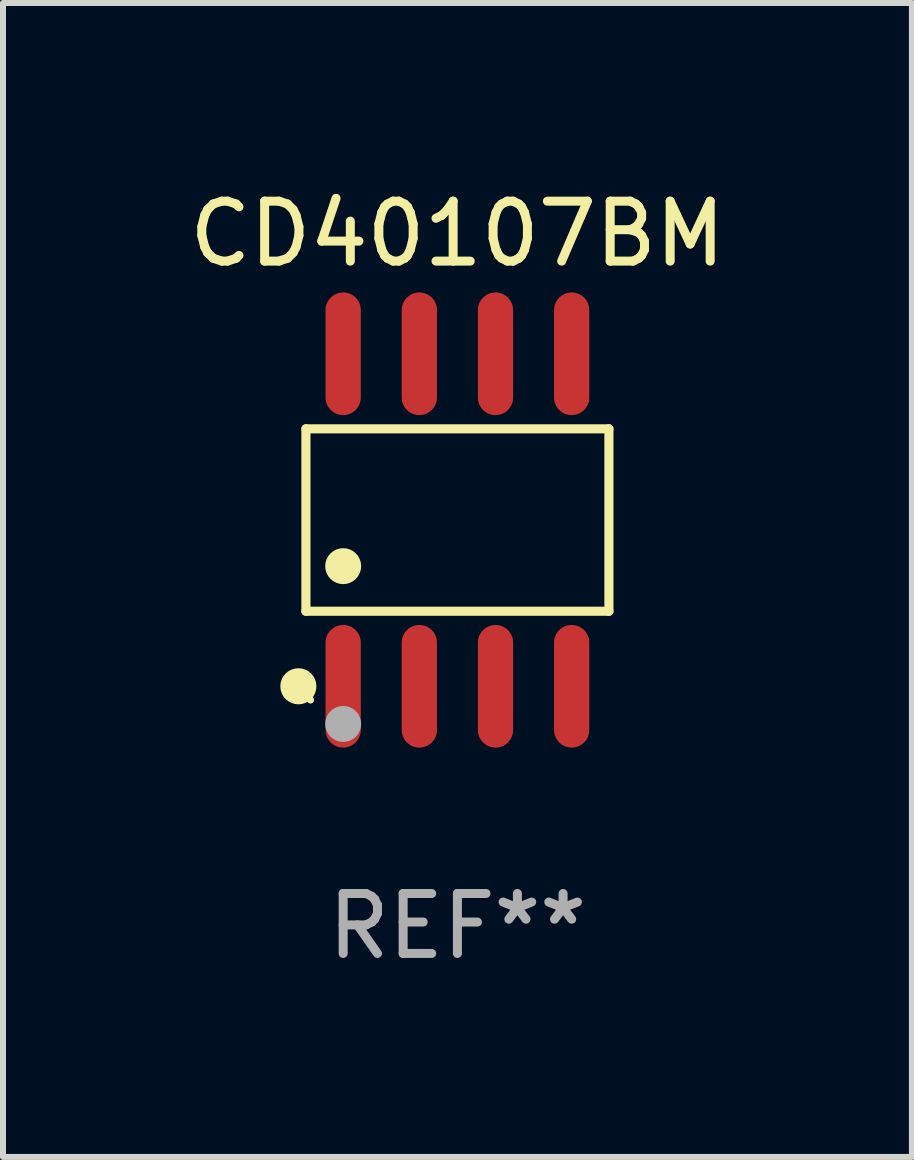
<source format=kicad_pcb>
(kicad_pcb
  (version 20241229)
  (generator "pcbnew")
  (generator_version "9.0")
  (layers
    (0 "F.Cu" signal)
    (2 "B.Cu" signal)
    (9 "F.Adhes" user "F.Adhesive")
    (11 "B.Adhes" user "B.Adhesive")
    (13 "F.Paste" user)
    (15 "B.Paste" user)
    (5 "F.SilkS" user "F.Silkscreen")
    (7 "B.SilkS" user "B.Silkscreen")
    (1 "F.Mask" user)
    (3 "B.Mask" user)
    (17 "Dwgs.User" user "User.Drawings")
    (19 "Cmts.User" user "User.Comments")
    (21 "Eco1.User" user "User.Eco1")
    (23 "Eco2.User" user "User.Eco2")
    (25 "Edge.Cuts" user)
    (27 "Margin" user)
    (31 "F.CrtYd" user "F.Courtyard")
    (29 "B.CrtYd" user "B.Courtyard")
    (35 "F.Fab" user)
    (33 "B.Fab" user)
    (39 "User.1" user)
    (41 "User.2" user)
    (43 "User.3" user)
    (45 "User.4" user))
  (footprint "CD40107BM"
    (layer "F.Cu")
    (at 4.577 5.621)
    (property "Reference" "CD40107BM" (at 0 -4.772 0) (layer "F.SilkS") (effects (font (size 1 1) (thickness 0.15))))
    (attr through_hole)
    (fp_line (start -2.526 -1.521) (end 2.526 -1.521) (stroke (width 0.152) (type solid)) (layer "F.SilkS"))
    (fp_line (start -2.526 1.521) (end -2.526 -1.521) (stroke (width 0.152) (type solid)) (layer "F.SilkS"))
    (fp_line (start 2.526 -1.521) (end 2.526 1.521) (stroke (width 0.152) (type solid)) (layer "F.SilkS"))
    (fp_line (start 2.526 1.521) (end -2.526 1.521) (stroke (width 0.152) (type solid)) (layer "F.SilkS"))
    (fp_circle (center -2.652 2.772) (end -2.501 2.772) (stroke (width 0.3) (type solid)) (fill no) (layer "F.SilkS"))
    (fp_circle (center -2.45 3) (end -2.42 3) (stroke (width 0.06) (type solid)) (fill no) (layer "F.SilkS"))
    (fp_circle (center -1.905 0.769) (end -1.755 0.769) (stroke (width 0.3) (type solid)) (fill no) (layer "F.SilkS"))
    (fp_circle (center -1.905 3.4) (end -1.755 3.4) (stroke (width 0.3) (type solid)) (fill no) (layer "F.Fab"))
    (fp_text user "REF**" (at 0 6.772 0) (layer "F.Fab") (effects (font (size 1 1) (thickness 0.15))))
    (pad "1" smd oval (at -1.905 2.772) (size 0.588 2.045) (layers "F.Cu" "F.Mask" "F.Paste"))
    (pad "2" smd oval (at -0.635 2.772) (size 0.588 2.045) (layers "F.Cu" "F.Mask" "F.Paste"))
    (pad "3" smd oval (at 0.635 2.772) (size 0.588 2.045) (layers "F.Cu" "F.Mask" "F.Paste"))
    (pad "4" smd oval (at 1.905 2.772) (size 0.588 2.045) (layers "F.Cu" "F.Mask" "F.Paste"))
    (pad "5" smd oval (at 1.905 -2.772) (size 0.588 2.045) (layers "F.Cu" "F.Mask" "F.Paste"))
    (pad "6" smd oval (at 0.635 -2.772) (size 0.588 2.045) (layers "F.Cu" "F.Mask" "F.Paste"))
    (pad "7" smd oval (at -0.635 -2.772) (size 0.588 2.045) (layers "F.Cu" "F.Mask" "F.Paste"))
    (pad "8" smd oval (at -1.905 -2.772) (size 0.588 2.045) (layers "F.Cu" "F.Mask" "F.Paste")))
  (gr_rect
    (start -3 -3)
    (end 12.155 16.241)
    (stroke (width 0.1) (type default))
    (fill no)
    (layer "Edge.Cuts")))
</source>
